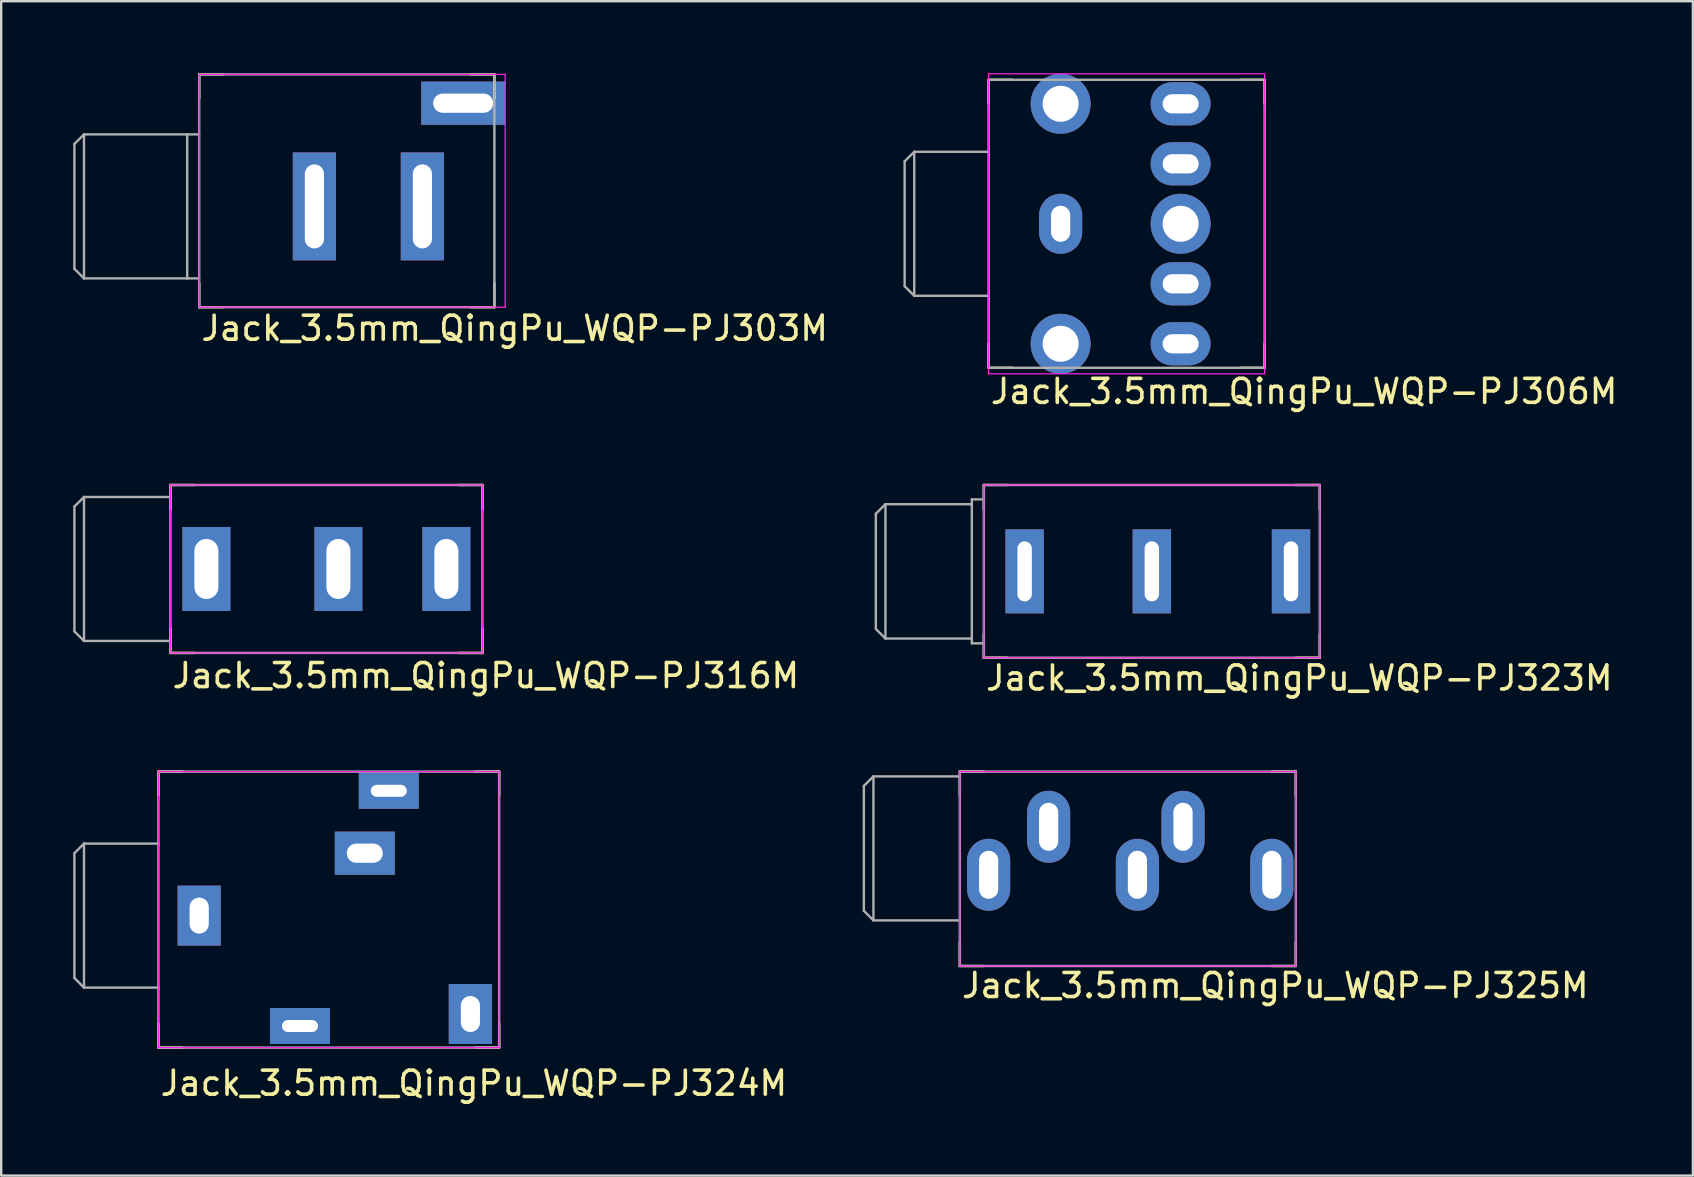
<source format=kicad_pcb>
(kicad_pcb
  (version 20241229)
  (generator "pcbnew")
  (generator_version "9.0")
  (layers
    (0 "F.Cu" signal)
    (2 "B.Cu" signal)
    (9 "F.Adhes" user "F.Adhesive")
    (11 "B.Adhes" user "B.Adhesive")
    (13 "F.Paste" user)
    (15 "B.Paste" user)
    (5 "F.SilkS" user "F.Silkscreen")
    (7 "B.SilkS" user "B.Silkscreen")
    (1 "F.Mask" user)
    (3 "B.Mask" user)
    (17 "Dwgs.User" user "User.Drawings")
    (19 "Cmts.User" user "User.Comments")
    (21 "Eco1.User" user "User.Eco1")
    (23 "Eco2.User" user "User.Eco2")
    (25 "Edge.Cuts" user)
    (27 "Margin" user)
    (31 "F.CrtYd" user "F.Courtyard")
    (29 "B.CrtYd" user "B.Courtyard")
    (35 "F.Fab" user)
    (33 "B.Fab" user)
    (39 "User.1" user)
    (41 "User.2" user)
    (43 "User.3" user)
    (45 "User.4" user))
  (footprint "Jack_3.5mm_QingPu_WQP-PJ323M"
    (layer "F.Cu")
    (at 37.945 20.758)
    (property "Reference" "Jack_3.5mm_QingPu_WQP-PJ323M" (at 0 4.445 0) (layer "F.SilkS") (effects (font (size 1 1) (thickness 0.15)) (justify left)))
    (attr through_hole)
    (fp_line (start 0 -3.6) (end 0 -2.6) (stroke (width 0.1) (type solid)) (layer "F.SilkS"))
    (fp_line (start 0 -3.6) (end 1 -3.6) (stroke (width 0.1) (type solid)) (layer "F.SilkS"))
    (fp_line (start 0 3.6) (end 0 2.6) (stroke (width 0.1) (type solid)) (layer "F.SilkS"))
    (fp_line (start 0 3.6) (end 1 3.6) (stroke (width 0.1) (type solid)) (layer "F.SilkS"))
    (fp_line (start 14 -3.6) (end 13 -3.6) (stroke (width 0.1) (type solid)) (layer "F.SilkS"))
    (fp_line (start 14 -3.6) (end 14 -2.6) (stroke (width 0.1) (type solid)) (layer "F.SilkS"))
    (fp_line (start 14 3.6) (end 13 3.6) (stroke (width 0.1) (type solid)) (layer "F.SilkS"))
    (fp_line (start 14 3.6) (end 14 2.6) (stroke (width 0.1) (type solid)) (layer "F.SilkS"))
    (fp_line (start 0 -3.6) (end 0 3.6) (stroke (width 0.05) (type solid)) (layer "F.CrtYd"))
    (fp_line (start 0 -3.6) (end 14 -3.6) (stroke (width 0.05) (type solid)) (layer "F.CrtYd"))
    (fp_line (start 14 -3.6) (end 14 3.6) (stroke (width 0.05) (type solid)) (layer "F.CrtYd"))
    (fp_line (start 14 3.6) (end 0 3.6) (stroke (width 0.05) (type solid)) (layer "F.CrtYd"))
    (fp_line (start -4.5 -2.4) (end -4.5 2.4) (stroke (width 0.1) (type solid)) (layer "F.Fab"))
    (fp_line (start -4.5 2.4) (end -4.1 2.8) (stroke (width 0.1) (type solid)) (layer "F.Fab"))
    (fp_line (start -4.1 -2.8) (end -4.5 -2.4) (stroke (width 0.1) (type solid)) (layer "F.Fab"))
    (fp_line (start -4.1 -2.8) (end -4.1 2.8) (stroke (width 0.1) (type solid)) (layer "F.Fab"))
    (fp_line (start -0.5 -3) (end -0.5 3) (stroke (width 0.1) (type solid)) (layer "F.Fab"))
    (fp_line (start -0.5 -2.8) (end -4.1 -2.8) (stroke (width 0.1) (type solid)) (layer "F.Fab"))
    (fp_line (start -0.5 2.8) (end -4.1 2.8) (stroke (width 0.1) (type solid)) (layer "F.Fab"))
    (fp_line (start 0 -3.6) (end 0 3.6) (stroke (width 0.1) (type solid)) (layer "F.Fab"))
    (fp_line (start 0 -3.6) (end 14 -3.6) (stroke (width 0.1) (type solid)) (layer "F.Fab"))
    (fp_line (start 0 -3) (end -0.5 -3) (stroke (width 0.1) (type solid)) (layer "F.Fab"))
    (fp_line (start 0 3) (end -0.5 3) (stroke (width 0.1) (type solid)) (layer "F.Fab"))
    (fp_line (start 14 -3.6) (end 14 3.6) (stroke (width 0.1) (type solid)) (layer "F.Fab"))
    (fp_line (start 14 3.6) (end 0 3.6) (stroke (width 0.1) (type solid)) (layer "F.Fab"))
    (pad "S" thru_hole rect (at 1.7 0) (size 1.6 3.5) (drill oval 0.6 2.5) (layers "*.Cu" "*.Mask"))
    (pad "T" thru_hole rect (at 7 0) (size 1.6 3.5) (drill oval 0.6 2.5) (layers "*.Cu" "*.Mask"))
    (pad "TN" thru_hole rect (at 12.8 0) (size 1.6 3.5) (drill oval 0.6 2.5) (layers "*.Cu" "*.Mask")))
  (footprint "Jack_3.5mm_QingPu_WQP-PJ303M"
    (layer "F.Cu")
    (at 5.25 5.55)
    (property "Reference" "Jack_3.5mm_QingPu_WQP-PJ303M" (at 0 5.08 0) (layer "F.SilkS") (effects (font (size 1 1) (thickness 0.15)) (justify left)))
    (attr through_hole)
    (fp_line (start 0 -5.5) (end 0 -4.5) (stroke (width 0.1) (type solid)) (layer "F.SilkS"))
    (fp_line (start 0 -5.5) (end 1 -5.5) (stroke (width 0.1) (type solid)) (layer "F.SilkS"))
    (fp_line (start 0 4.2) (end 0 3.2) (stroke (width 0.1) (type solid)) (layer "F.SilkS"))
    (fp_line (start 0 4.2) (end 1 4.2) (stroke (width 0.1) (type solid)) (layer "F.SilkS"))
    (fp_line (start 12.3 -5.5) (end 11.3 -5.5) (stroke (width 0.1) (type solid)) (layer "F.SilkS"))
    (fp_line (start 12.3 -5.5) (end 12.3 -4.5) (stroke (width 0.1) (type solid)) (layer "F.SilkS"))
    (fp_line (start 12.3 4.2) (end 11.3 4.2) (stroke (width 0.1) (type solid)) (layer "F.SilkS"))
    (fp_line (start 12.3 4.2) (end 12.3 3.2) (stroke (width 0.1) (type solid)) (layer "F.SilkS"))
    (fp_line (start 0 -5.5) (end 0 4.2) (stroke (width 0.05) (type solid)) (layer "F.CrtYd"))
    (fp_line (start 0 -5.5) (end 12.75 -5.5) (stroke (width 0.05) (type solid)) (layer "F.CrtYd"))
    (fp_line (start 0 4.2) (end 12.75 4.2) (stroke (width 0.05) (type solid)) (layer "F.CrtYd"))
    (fp_line (start 12.75 -5.5) (end 12.75 4.2) (stroke (width 0.05) (type solid)) (layer "F.CrtYd"))
    (fp_line (start -5.2 -2.6) (end -5.2 2.6) (stroke (width 0.1) (type solid)) (layer "F.Fab"))
    (fp_line (start -5.2 2.6) (end -4.8 3) (stroke (width 0.1) (type solid)) (layer "F.Fab"))
    (fp_line (start -4.8 -3) (end -5.2 -2.6) (stroke (width 0.1) (type solid)) (layer "F.Fab"))
    (fp_line (start -4.8 -3) (end -4.8 3) (stroke (width 0.1) (type solid)) (layer "F.Fab"))
    (fp_line (start -0.5 -3) (end -4.8 -3) (stroke (width 0.1) (type solid)) (layer "F.Fab"))
    (fp_line (start -0.5 -3) (end -0.5 3) (stroke (width 0.1) (type solid)) (layer "F.Fab"))
    (fp_line (start -0.5 3) (end -4.8 3) (stroke (width 0.1) (type solid)) (layer "F.Fab"))
    (fp_line (start 0 -5.5) (end 0 4.2) (stroke (width 0.1) (type solid)) (layer "F.Fab"))
    (fp_line (start 0 -5.5) (end 12.3 -5.5) (stroke (width 0.1) (type solid)) (layer "F.Fab"))
    (fp_line (start 0 -3) (end -0.5 -3) (stroke (width 0.1) (type solid)) (layer "F.Fab"))
    (fp_line (start 0 3) (end -0.5 3) (stroke (width 0.1) (type solid)) (layer "F.Fab"))
    (fp_line (start 0 4.2) (end 12.3 4.2) (stroke (width 0.1) (type solid)) (layer "F.Fab"))
    (fp_line (start 12.3 4.2) (end 12.3 -5.5) (stroke (width 0.1) (type solid)) (layer "F.Fab"))
    (pad "S" thru_hole rect (at 4.8 0) (size 1.8 4.5) (drill oval 0.8 3.5) (layers "*.Cu" "*.Mask"))
    (pad "T" thru_hole rect (at 9.3 0) (size 1.8 4.5) (drill oval 0.8 3.5) (layers "*.Cu" "*.Mask"))
    (pad "TN" thru_hole rect (at 11 -4.3) (size 3.5 1.8) (drill oval 2.5 0.8) (layers "*.Cu" "*.Mask")))
  (footprint "Jack_3.5mm_QingPu_WQP-PJ325M"
    (layer "F.Cu")
    (at 36.945 32.301)
    (property "Reference" "Jack_3.5mm_QingPu_WQP-PJ325M" (at 0 5.715 0) (layer "F.SilkS") (effects (font (size 1 1) (thickness 0.15)) (justify left)))
    (attr through_hole)
    (fp_line (start 0 -3.2) (end 0 -2.2) (stroke (width 0.1) (type solid)) (layer "F.SilkS"))
    (fp_line (start 0 -3.2) (end 1 -3.2) (stroke (width 0.1) (type solid)) (layer "F.SilkS"))
    (fp_line (start 0 4.9) (end 0 3.9) (stroke (width 0.1) (type solid)) (layer "F.SilkS"))
    (fp_line (start 0 4.9) (end 1 4.9) (stroke (width 0.1) (type solid)) (layer "F.SilkS"))
    (fp_line (start 14 -3.2) (end 13 -3.2) (stroke (width 0.1) (type solid)) (layer "F.SilkS"))
    (fp_line (start 14 -3.2) (end 14 -2.2) (stroke (width 0.1) (type solid)) (layer "F.SilkS"))
    (fp_line (start 14 4.9) (end 13 4.9) (stroke (width 0.1) (type solid)) (layer "F.SilkS"))
    (fp_line (start 14 4.9) (end 14 3.9) (stroke (width 0.1) (type solid)) (layer "F.SilkS"))
    (fp_line (start 0 -3.2) (end 0 4.9) (stroke (width 0.05) (type solid)) (layer "F.CrtYd"))
    (fp_line (start 0 -3.2) (end 14 -3.2) (stroke (width 0.05) (type solid)) (layer "F.CrtYd"))
    (fp_line (start 0 4.9) (end 14 4.9) (stroke (width 0.05) (type solid)) (layer "F.CrtYd"))
    (fp_line (start 14 -3.2) (end 14 4.9) (stroke (width 0.05) (type solid)) (layer "F.CrtYd"))
    (fp_line (start -4 -2.6) (end -4 2.6) (stroke (width 0.1) (type solid)) (layer "F.Fab"))
    (fp_line (start -4 2.6) (end -3.6 3) (stroke (width 0.1) (type solid)) (layer "F.Fab"))
    (fp_line (start -3.6 -3) (end -4 -2.6) (stroke (width 0.1) (type solid)) (layer "F.Fab"))
    (fp_line (start -3.6 -3) (end -3.6 3) (stroke (width 0.1) (type solid)) (layer "F.Fab"))
    (fp_line (start 0 -3.2) (end 0 4.9) (stroke (width 0.1) (type solid)) (layer "F.Fab"))
    (fp_line (start 0 -3.2) (end 14 -3.2) (stroke (width 0.1) (type solid)) (layer "F.Fab"))
    (fp_line (start 0 -3) (end -3.6 -3) (stroke (width 0.1) (type solid)) (layer "F.Fab"))
    (fp_line (start 0 3) (end -3.6 3) (stroke (width 0.1) (type solid)) (layer "F.Fab"))
    (fp_line (start 14 -3.2) (end 14 4.9) (stroke (width 0.1) (type solid)) (layer "F.Fab"))
    (fp_line (start 14 4.9) (end 0 4.9) (stroke (width 0.1) (type solid)) (layer "F.Fab"))
    (pad "R" thru_hole oval (at 9.3 -0.9) (size 1.8 3) (drill oval 0.8 2) (layers "*.Cu" "*.Mask"))
    (pad "RN" thru_hole oval (at 7.4 1.1) (size 1.8 3) (drill oval 0.8 2) (layers "*.Cu" "*.Mask"))
    (pad "S" thru_hole oval (at 1.2 1.1) (size 1.8 3) (drill oval 0.8 2) (layers "*.Cu" "*.Mask"))
    (pad "T" thru_hole oval (at 3.7 -0.9) (size 1.8 3) (drill oval 0.8 2) (layers "*.Cu" "*.Mask"))
    (pad "TN" thru_hole oval (at 13 1.1) (size 1.8 3) (drill oval 0.8 2) (layers "*.Cu" "*.Mask")))
  (footprint "Jack_3.5mm_QingPu_WQP-PJ306M"
    (layer "F.Cu")
    (at 38.145 6.275)
    (property "Reference" "Jack_3.5mm_QingPu_WQP-PJ306M" (at 0 6.985 0) (layer "F.SilkS") (effects (font (size 1 1) (thickness 0.15)) (justify left)))
    (attr through_hole)
    (fp_line (start 0 -6) (end 0 -5) (stroke (width 0.1) (type solid)) (layer "F.SilkS"))
    (fp_line (start 0 -6) (end 1 -6) (stroke (width 0.1) (type solid)) (layer "F.SilkS"))
    (fp_line (start 0 6) (end 0 5) (stroke (width 0.1) (type solid)) (layer "F.SilkS"))
    (fp_line (start 0 6) (end 1 6) (stroke (width 0.1) (type solid)) (layer "F.SilkS"))
    (fp_line (start 11.5 -6) (end 10.5 -6) (stroke (width 0.1) (type solid)) (layer "F.SilkS"))
    (fp_line (start 11.5 -6) (end 11.5 -5) (stroke (width 0.1) (type solid)) (layer "F.SilkS"))
    (fp_line (start 11.5 6) (end 10.5 6) (stroke (width 0.1) (type solid)) (layer "F.SilkS"))
    (fp_line (start 11.5 6) (end 11.5 5) (stroke (width 0.1) (type solid)) (layer "F.SilkS"))
    (fp_line (start 0 -6.25) (end 0 6.25) (stroke (width 0.05) (type solid)) (layer "F.CrtYd"))
    (fp_line (start 0 -6.25) (end 11.5 -6.25) (stroke (width 0.05) (type solid)) (layer "F.CrtYd"))
    (fp_line (start 0 6.25) (end 11.5 6.25) (stroke (width 0.05) (type solid)) (layer "F.CrtYd"))
    (fp_line (start 11.5 -6.25) (end 11.5 6.25) (stroke (width 0.05) (type solid)) (layer "F.CrtYd"))
    (fp_line (start -3.5 -2.6) (end -3.5 2.6) (stroke (width 0.1) (type solid)) (layer "F.Fab"))
    (fp_line (start -3.5 2.6) (end -3.1 3) (stroke (width 0.1) (type solid)) (layer "F.Fab"))
    (fp_line (start -3.1 -3) (end -3.5 -2.6) (stroke (width 0.1) (type solid)) (layer "F.Fab"))
    (fp_line (start -3.1 3) (end -3.1 -3) (stroke (width 0.1) (type solid)) (layer "F.Fab"))
    (fp_line (start 0 -6) (end 11.5 -6) (stroke (width 0.1) (type solid)) (layer "F.Fab"))
    (fp_line (start 0 -3) (end -3.1 -3) (stroke (width 0.1) (type solid)) (layer "F.Fab"))
    (fp_line (start 0 3) (end -3.1 3) (stroke (width 0.1) (type solid)) (layer "F.Fab"))
    (fp_line (start 0 6) (end 0 -6) (stroke (width 0.1) (type solid)) (layer "F.Fab"))
    (fp_line (start 0 6) (end 11.5 6) (stroke (width 0.1) (type solid)) (layer "F.Fab"))
    (fp_line (start 11.5 -6) (end 11.5 6) (stroke (width 0.1) (type solid)) (layer "F.Fab"))
    (pad "" np_thru_hole circle (at 3 -5) (size 2.5 2.5) (drill 1.5) (layers "*.Cu" "*.Mask"))
    (pad "" np_thru_hole circle (at 3 5) (size 2.5 2.5) (drill 1.5) (layers "*.Cu" "*.Mask"))
    (pad "" np_thru_hole circle (at 8 0) (size 2.5 2.5) (drill 1.5) (layers "*.Cu" "*.Mask"))
    (pad "R" thru_hole oval (at 8 -5) (size 2.5 1.8) (drill oval 1.5 0.8) (layers "*.Cu" "*.Mask"))
    (pad "RN" thru_hole oval (at 8 -2.5) (size 2.5 1.8) (drill oval 1.5 0.8) (layers "*.Cu" "*.Mask"))
    (pad "S" thru_hole oval (at 3 0) (size 1.8 2.5) (drill oval 0.8 1.5) (layers "*.Cu" "*.Mask"))
    (pad "T" thru_hole oval (at 8 5) (size 2.5 1.8) (drill oval 1.5 0.8) (layers "*.Cu" "*.Mask"))
    (pad "TN" thru_hole oval (at 8 2.5) (size 2.5 1.8) (drill oval 1.5 0.8) (layers "*.Cu" "*.Mask")))
  (footprint "Jack_3.5mm_QingPu_WQP-PJ316M"
    (layer "F.Cu")
    (at 4.05 20.658)
    (property "Reference" "Jack_3.5mm_QingPu_WQP-PJ316M" (at 0 4.445 0) (layer "F.SilkS") (effects (font (size 1 1) (thickness 0.15)) (justify left)))
    (attr through_hole)
    (fp_line (start 0 -3.5) (end 0 -2.5) (stroke (width 0.1) (type solid)) (layer "F.SilkS"))
    (fp_line (start 0 -3.5) (end 1 -3.5) (stroke (width 0.1) (type solid)) (layer "F.SilkS"))
    (fp_line (start 0 3.5) (end 0 2.5) (stroke (width 0.1) (type solid)) (layer "F.SilkS"))
    (fp_line (start 0 3.5) (end 1 3.5) (stroke (width 0.1) (type solid)) (layer "F.SilkS"))
    (fp_line (start 13 -3.5) (end 12 -3.5) (stroke (width 0.1) (type solid)) (layer "F.SilkS"))
    (fp_line (start 13 -3.5) (end 13 -2.5) (stroke (width 0.1) (type solid)) (layer "F.SilkS"))
    (fp_line (start 13 3.5) (end 12 3.5) (stroke (width 0.1) (type solid)) (layer "F.SilkS"))
    (fp_line (start 13 3.5) (end 13 2.5) (stroke (width 0.1) (type solid)) (layer "F.SilkS"))
    (fp_line (start 0 -3.5) (end 0 3.5) (stroke (width 0.05) (type solid)) (layer "F.CrtYd"))
    (fp_line (start 0 -3.5) (end 13 -3.5) (stroke (width 0.05) (type solid)) (layer "F.CrtYd"))
    (fp_line (start 0 3.5) (end 13 3.5) (stroke (width 0.05) (type solid)) (layer "F.CrtYd"))
    (fp_line (start 13 -3.5) (end 13 3.5) (stroke (width 0.05) (type solid)) (layer "F.CrtYd"))
    (fp_line (start -4 -2.6) (end -4 2.6) (stroke (width 0.1) (type solid)) (layer "F.Fab"))
    (fp_line (start -4 2.6) (end -3.6 3) (stroke (width 0.1) (type solid)) (layer "F.Fab"))
    (fp_line (start -3.6 -3) (end -4 -2.6) (stroke (width 0.1) (type solid)) (layer "F.Fab"))
    (fp_line (start -3.6 3) (end -3.6 -3) (stroke (width 0.1) (type solid)) (layer "F.Fab"))
    (fp_line (start 0 -3.5) (end 0 3.5) (stroke (width 0.1) (type solid)) (layer "F.Fab"))
    (fp_line (start 0 -3.5) (end 13 -3.5) (stroke (width 0.1) (type solid)) (layer "F.Fab"))
    (fp_line (start 0 -3) (end -3.6 -3) (stroke (width 0.1) (type solid)) (layer "F.Fab"))
    (fp_line (start 0 3) (end -3.6 3) (stroke (width 0.1) (type solid)) (layer "F.Fab"))
    (fp_line (start 0 3.5) (end 13 3.5) (stroke (width 0.1) (type solid)) (layer "F.Fab"))
    (fp_line (start 13 -3.5) (end 13 3.5) (stroke (width 0.1) (type solid)) (layer "F.Fab"))
    (pad "S" thru_hole rect (at 1.5 0) (size 2 3.5) (drill oval 1 2.5) (layers "*.Cu" "*.Mask"))
    (pad "T" thru_hole rect (at 7 0) (size 2 3.5) (drill oval 1 2.5) (layers "*.Cu" "*.Mask"))
    (pad "TN" thru_hole rect (at 11.5 0) (size 2 3.5) (drill oval 1 2.5) (layers "*.Cu" "*.Mask")))
  (footprint "Jack_3.5mm_QingPu_WQP-PJ324M"
    (layer "F.Cu")
    (at 3.55 35.102)
    (property "Reference" "Jack_3.5mm_QingPu_WQP-PJ324M" (at 0 6.985 0) (layer "F.SilkS") (effects (font (size 1 1) (thickness 0.15)) (justify left)))
    (attr through_hole)
    (fp_line (start 0 -6) (end 0 -5) (stroke (width 0.1) (type solid)) (layer "F.SilkS"))
    (fp_line (start 0 -6) (end 1 -6) (stroke (width 0.1) (type solid)) (layer "F.SilkS"))
    (fp_line (start 0 5.5) (end 0 4.5) (stroke (width 0.1) (type solid)) (layer "F.SilkS"))
    (fp_line (start 0 5.5) (end 1 5.5) (stroke (width 0.1) (type solid)) (layer "F.SilkS"))
    (fp_line (start 14.2 -6) (end 13.2 -6) (stroke (width 0.1) (type solid)) (layer "F.SilkS"))
    (fp_line (start 14.2 -6) (end 14.2 -5) (stroke (width 0.1) (type solid)) (layer "F.SilkS"))
    (fp_line (start 14.2 5.5) (end 13.2 5.5) (stroke (width 0.1) (type solid)) (layer "F.SilkS"))
    (fp_line (start 14.2 5.5) (end 14.2 4.5) (stroke (width 0.1) (type solid)) (layer "F.SilkS"))
    (fp_line (start 0 -6) (end 0 5.5) (stroke (width 0.05) (type solid)) (layer "F.CrtYd"))
    (fp_line (start 0 -6) (end 14.2 -6) (stroke (width 0.05) (type solid)) (layer "F.CrtYd"))
    (fp_line (start 0 5.5) (end 14.2 5.5) (stroke (width 0.05) (type solid)) (layer "F.CrtYd"))
    (fp_line (start 14.2 -6) (end 14.2 5.5) (stroke (width 0.05) (type solid)) (layer "F.CrtYd"))
    (fp_line (start -3.5 -2.6) (end -3.5 2.6) (stroke (width 0.1) (type solid)) (layer "F.Fab"))
    (fp_line (start -3.5 -2.6) (end -3.1 -3) (stroke (width 0.1) (type solid)) (layer "F.Fab"))
    (fp_line (start -3.1 3) (end -3.5 2.6) (stroke (width 0.1) (type solid)) (layer "F.Fab"))
    (fp_line (start -3.1 3) (end -3.1 -3) (stroke (width 0.1) (type solid)) (layer "F.Fab"))
    (fp_line (start 0 -6) (end 14.2 -6) (stroke (width 0.1) (type solid)) (layer "F.Fab"))
    (fp_line (start 0 -3) (end -3.1 -3) (stroke (width 0.1) (type solid)) (layer "F.Fab"))
    (fp_line (start 0 3) (end -3.1 3) (stroke (width 0.1) (type solid)) (layer "F.Fab"))
    (fp_line (start 0 5.5) (end 0 -6) (stroke (width 0.1) (type solid)) (layer "F.Fab"))
    (fp_line (start 0 5.5) (end 14.2 5.5) (stroke (width 0.1) (type solid)) (layer "F.Fab"))
    (fp_line (start 14.2 -6) (end 14.2 5.5) (stroke (width 0.1) (type solid)) (layer "F.Fab"))
    (pad "R" thru_hole rect (at 9.6 -5.2) (size 2.5 1.5) (drill oval 1.5 0.5) (layers "*.Cu" "*.Mask"))
    (pad "RN" thru_hole rect (at 8.6 -2.6) (size 2.5 1.8) (drill oval 1.5 0.8) (layers "*.Cu" "*.Mask"))
    (pad "S" thru_hole rect (at 1.7 0) (size 1.8 2.5) (drill oval 0.8 1.5) (layers "*.Cu" "*.Mask"))
    (pad "T" thru_hole rect (at 5.9 4.6) (size 2.5 1.5) (drill oval 1.5 0.5) (layers "*.Cu" "*.Mask"))
    (pad "TN" thru_hole rect (at 13 4.1) (size 1.8 2.5) (drill oval 0.8 1.5) (layers "*.Cu" "*.Mask")))
  (gr_rect
    (start -3 -3)
    (end 67.49 45.935)
    (stroke (width 0.1) (type default))
    (fill no)
    (layer "Edge.Cuts")))
</source>
